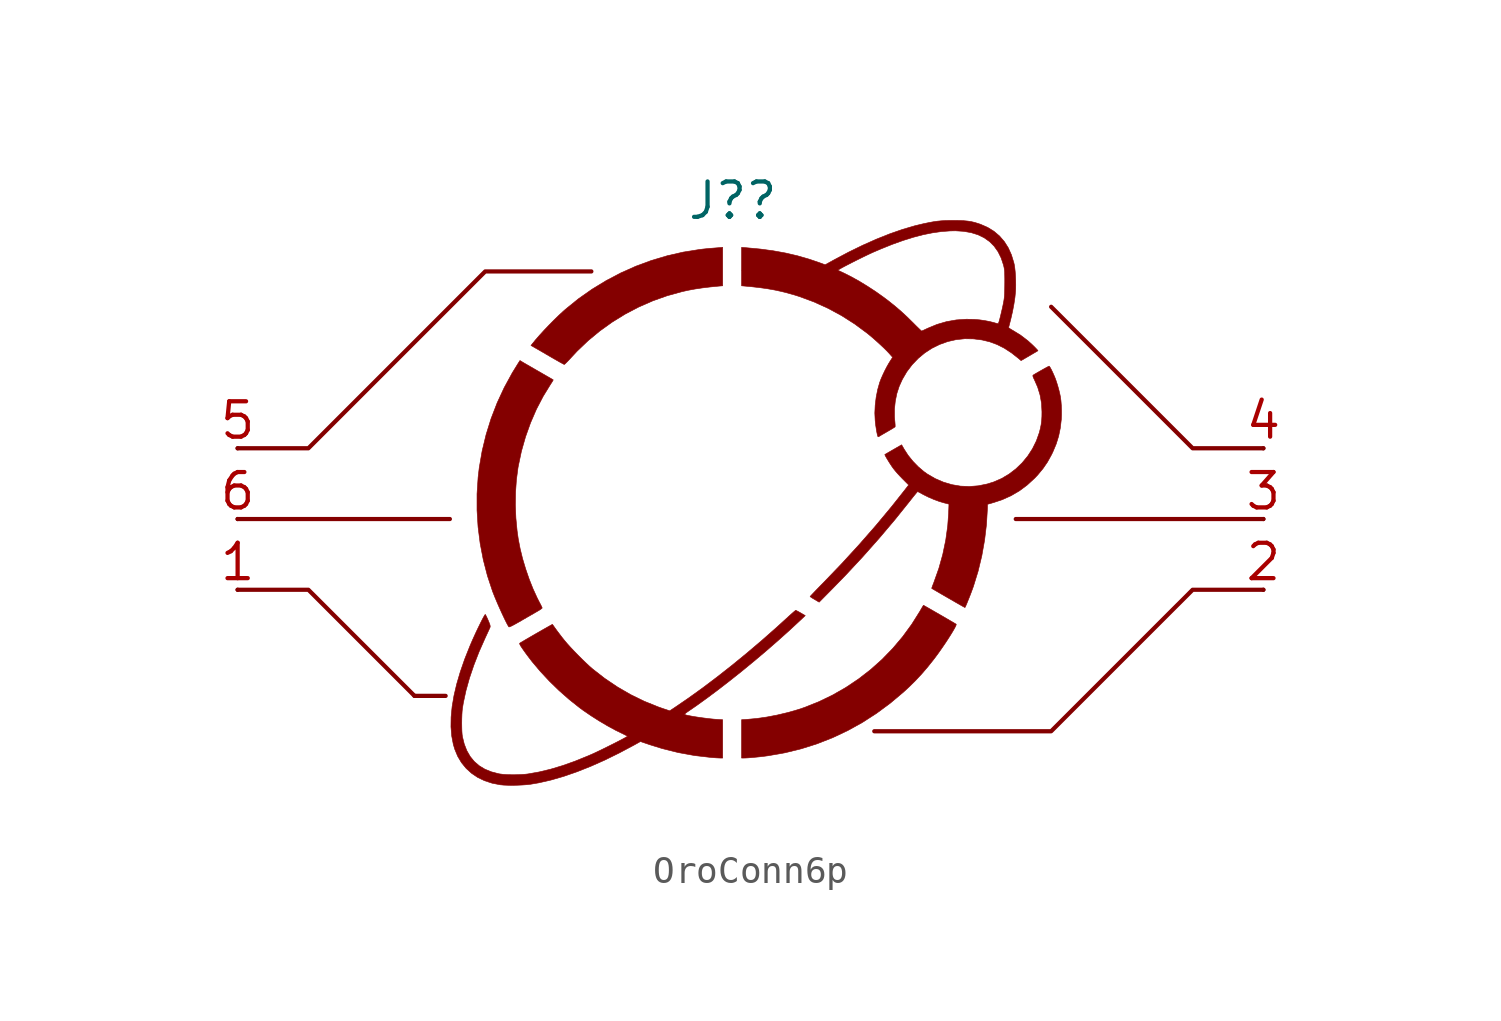
<source format=kicad_sym>
(kicad_symbol_lib
  (version 20231120)
  (generator "kicad_symbol_editor")
  (generator_version "8.0")
  (symbol "OroConn6p"
    (pin_names
      (offset 0.002) hide)
    (property "Reference" "J?"
      (at 0 10.16 0)
      (effects (font (size 1.27 1.27))))
    (symbol "OroConn6p_0_0"
      (polyline (pts (xy -6.037 4.289) (xy -6 4.323) (xy -5.944 4.379) (xy -5.875 4.451) (xy -5.798 4.535) (xy -5.593 4.755) (xy -5.197 5.133) (xy -4.775 5.482) (xy -4.33 5.801) (xy -3.863 6.089) (xy -3.377 6.343) (xy -2.875 6.563) (xy -2.36 6.746) (xy -1.833 6.892) (xy -1.605 6.943) (xy -1.357 6.989) (xy -1.097 7.028) (xy -0.814 7.062) (xy -0.5 7.093) (xy -0.365 7.104) (xy -0.365 7.795) (xy -0.365 8.485) (xy -0.49 8.474) (xy -0.574 8.467) (xy -0.677 8.459) (xy -0.775 8.451) (xy -0.836 8.447) (xy -0.943 8.436) (xy -1.061 8.424) (xy -1.175 8.41) (xy -1.186 8.409) (xy -1.772 8.316) (xy -2.351 8.184) (xy -2.92 8.015) (xy -3.478 7.809) (xy -4.021 7.567) (xy -4.547 7.29) (xy -5.055 6.98) (xy -5.542 6.638) (xy -6.005 6.263) (xy -6.079 6.198) (xy -6.244 6.046) (xy -6.418 5.877) (xy -6.596 5.697) (xy -6.771 5.513) (xy -6.935 5.334) (xy -7.082 5.165) (xy -7.204 5.015) (xy -7.247 4.961) (xy -7.141 4.901) (xy -7.097 4.875) (xy -7.023 4.833) (xy -6.926 4.777) (xy -6.812 4.711) (xy -6.687 4.637) (xy -6.555 4.561) (xy -6.542 4.553) (xy -6.417 4.481) (xy -6.303 4.416) (xy -6.205 4.36) (xy -6.127 4.318) (xy -6.075 4.29) (xy -6.052 4.28) (xy -6.037 4.289)) (stroke (width 0.01) (type default)) (fill (type outline)))
      (polyline (pts (xy 0.451 -9.851) (xy 0.556 -9.845) (xy 0.686 -9.835) (xy 0.831 -9.821) (xy 0.982 -9.806) (xy 1.129 -9.788) (xy 1.265 -9.77) (xy 1.278 -9.768) (xy 1.875 -9.663) (xy 2.458 -9.52) (xy 3.029 -9.339) (xy 3.585 -9.121) (xy 4.126 -8.866) (xy 4.651 -8.575) (xy 5.16 -8.247) (xy 5.651 -7.884) (xy 6.125 -7.486) (xy 6.34 -7.288) (xy 6.567 -7.063) (xy 6.782 -6.832) (xy 6.995 -6.584) (xy 7.214 -6.309) (xy 7.279 -6.223) (xy 7.374 -6.094) (xy 7.471 -5.957) (xy 7.568 -5.817) (xy 7.662 -5.677) (xy 7.75 -5.542) (xy 7.83 -5.415) (xy 7.9 -5.3) (xy 7.956 -5.203) (xy 7.997 -5.125) (xy 8.019 -5.072) (xy 8.021 -5.048) (xy 8.021 -5.048) (xy 7.999 -5.034) (xy 7.948 -5.003) (xy 7.873 -4.959) (xy 7.778 -4.904) (xy 7.669 -4.84) (xy 7.551 -4.771) (xy 7.427 -4.7) (xy 7.304 -4.629) (xy 7.186 -4.561) (xy 7.079 -4.499) (xy 6.986 -4.446) (xy 6.913 -4.405) (xy 6.865 -4.378) (xy 6.846 -4.368) (xy 6.838 -4.378) (xy 6.814 -4.417) (xy 6.778 -4.478) (xy 6.734 -4.553) (xy 6.719 -4.58) (xy 6.424 -5.049) (xy 6.098 -5.495) (xy 5.742 -5.916) (xy 5.358 -6.311) (xy 4.948 -6.677) (xy 4.513 -7.014) (xy 4.056 -7.32) (xy 3.578 -7.593) (xy 3.08 -7.833) (xy 2.565 -8.038) (xy 2.334 -8.115) (xy 1.978 -8.217) (xy 1.609 -8.305) (xy 1.236 -8.377) (xy 0.873 -8.43) (xy 0.53 -8.462) (xy 0.315 -8.476) (xy 0.315 -9.164) (xy 0.315 -9.852) (xy 0.394 -9.852) (xy 0.451 -9.851)) (stroke (width 0.01) (type default)) (fill (type outline)))
      (polyline (pts (xy -7.995 -5.134) (xy -7.936 -5.107) (xy -7.85 -5.062) (xy -7.735 -4.998) (xy -7.589 -4.915) (xy -7.514 -4.871) (xy -7.385 -4.796) (xy -7.261 -4.725) (xy -7.151 -4.662) (xy -7.062 -4.61) (xy -7 -4.574) (xy -6.967 -4.555) (xy -6.904 -4.515) (xy -6.861 -4.483) (xy -6.845 -4.465) (xy -6.85 -4.45) (xy -6.87 -4.405) (xy -6.902 -4.34) (xy -6.944 -4.262) (xy -7.027 -4.098) (xy -7.175 -3.774) (xy -7.313 -3.426) (xy -7.438 -3.063) (xy -7.548 -2.695) (xy -7.637 -2.332) (xy -7.704 -1.984) (xy -7.745 -1.695) (xy -7.789 -1.235) (xy -7.808 -0.77) (xy -7.801 -0.308) (xy -7.77 0.14) (xy -7.714 0.566) (xy -7.701 0.638) (xy -7.59 1.164) (xy -7.443 1.681) (xy -7.263 2.184) (xy -7.052 2.671) (xy -6.81 3.135) (xy -6.54 3.575) (xy -6.519 3.606) (xy -6.481 3.666) (xy -6.456 3.709) (xy -6.448 3.727) (xy -6.452 3.729) (xy -6.483 3.748) (xy -6.543 3.783) (xy -6.628 3.832) (xy -6.733 3.892) (xy -6.853 3.962) (xy -6.985 4.038) (xy -7.031 4.064) (xy -7.164 4.141) (xy -7.287 4.212) (xy -7.395 4.274) (xy -7.483 4.325) (xy -7.546 4.362) (xy -7.579 4.382) (xy -7.643 4.421) (xy -7.717 4.305) (xy -7.919 3.978) (xy -8.209 3.446) (xy -8.463 2.898) (xy -8.68 2.335) (xy -8.859 1.76) (xy -9.001 1.173) (xy -9.104 0.576) (xy -9.145 0.229) (xy -9.184 -0.364) (xy -9.184 -0.959) (xy -9.147 -1.555) (xy -9.072 -2.147) (xy -8.96 -2.732) (xy -8.811 -3.307) (xy -8.626 -3.868) (xy -8.596 -3.944) (xy -8.545 -4.072) (xy -8.486 -4.213) (xy -8.422 -4.362) (xy -8.355 -4.512) (xy -8.288 -4.659) (xy -8.224 -4.796) (xy -8.165 -4.918) (xy -8.113 -5.021) (xy -8.071 -5.097) (xy -8.042 -5.142) (xy -8.03 -5.144) (xy -7.995 -5.134)) (stroke (width 0.01) (type default)) (fill (type outline)))
      (polyline (pts (xy 8.335 -4.448) (xy 8.346 -4.429) (xy 8.369 -4.379) (xy 8.401 -4.305) (xy 8.438 -4.213) (xy 8.48 -4.11) (xy 8.523 -4.001) (xy 8.564 -3.893) (xy 8.601 -3.793) (xy 8.632 -3.708) (xy 8.643 -3.676) (xy 8.807 -3.144) (xy 8.94 -2.592) (xy 9.04 -2.029) (xy 9.108 -1.462) (xy 9.141 -0.898) (xy 9.145 -0.741) (xy 9.375 -0.675) (xy 9.67 -0.577) (xy 9.989 -0.434) (xy 10.287 -0.26) (xy 10.568 -0.051) (xy 10.835 0.194) (xy 10.946 0.311) (xy 11.135 0.539) (xy 11.299 0.778) (xy 11.445 1.043) (xy 11.493 1.143) (xy 11.612 1.427) (xy 11.699 1.707) (xy 11.759 1.998) (xy 11.795 2.31) (xy 11.802 2.455) (xy 11.802 2.628) (xy 11.795 2.807) (xy 11.782 2.975) (xy 11.763 3.118) (xy 11.74 3.229) (xy 11.707 3.366) (xy 11.667 3.51) (xy 11.625 3.646) (xy 11.586 3.759) (xy 11.573 3.792) (xy 11.53 3.894) (xy 11.486 3.993) (xy 11.443 4.082) (xy 11.405 4.153) (xy 11.375 4.201) (xy 11.357 4.219) (xy 11.354 4.218) (xy 11.324 4.204) (xy 11.268 4.175) (xy 11.195 4.135) (xy 11.111 4.088) (xy 11.023 4.038) (xy 10.939 3.99) (xy 10.865 3.947) (xy 10.81 3.914) (xy 10.781 3.894) (xy 10.774 3.884) (xy 10.776 3.854) (xy 10.795 3.802) (xy 10.833 3.721) (xy 10.945 3.466) (xy 11.032 3.182) (xy 11.084 2.888) (xy 11.1 2.578) (xy 11.098 2.418) (xy 11.089 2.263) (xy 11.071 2.123) (xy 11.043 1.983) (xy 11.004 1.83) (xy 11.003 1.827) (xy 10.898 1.532) (xy 10.759 1.252) (xy 10.589 0.99) (xy 10.39 0.749) (xy 10.165 0.532) (xy 9.918 0.343) (xy 9.652 0.185) (xy 9.37 0.062) (xy 9.133 -0.012) (xy 8.814 -0.077) (xy 8.495 -0.102) (xy 8.178 -0.089) (xy 7.866 -0.036) (xy 7.56 0.055) (xy 7.263 0.183) (xy 6.977 0.35) (xy 6.864 0.431) (xy 6.659 0.605) (xy 6.465 0.805) (xy 6.292 1.02) (xy 6.149 1.241) (xy 6.061 1.395) (xy 5.763 1.223) (xy 5.683 1.177) (xy 5.595 1.126) (xy 5.525 1.085) (xy 5.477 1.057) (xy 5.458 1.045) (xy 5.459 1.038) (xy 5.475 1.002) (xy 5.507 0.944) (xy 5.551 0.869) (xy 5.602 0.786) (xy 5.657 0.7) (xy 5.711 0.619) (xy 5.761 0.548) (xy 5.772 0.534) (xy 5.836 0.454) (xy 5.918 0.359) (xy 6.009 0.261) (xy 6.098 0.169) (xy 6.315 -0.048) (xy 6.101 -0.321) (xy 5.704 -0.821) (xy 5.133 -1.507) (xy 4.534 -2.191) (xy 3.905 -2.877) (xy 3.24 -3.569) (xy 3.163 -3.647) (xy 3.058 -3.755) (xy 2.965 -3.851) (xy 2.887 -3.933) (xy 2.827 -3.996) (xy 2.789 -4.037) (xy 2.775 -4.053) (xy 2.78 -4.059) (xy 2.812 -4.082) (xy 2.867 -4.117) (xy 2.938 -4.159) (xy 3.1 -4.255) (xy 3.583 -3.766) (xy 4.052 -3.284) (xy 4.661 -2.63) (xy 5.25 -1.966) (xy 5.813 -1.301) (xy 6.344 -0.64) (xy 6.385 -0.587) (xy 6.462 -0.49) (xy 6.529 -0.407) (xy 6.583 -0.342) (xy 6.619 -0.3) (xy 6.635 -0.285) (xy 6.646 -0.289) (xy 6.686 -0.308) (xy 6.748 -0.341) (xy 6.823 -0.383) (xy 6.85 -0.397) (xy 7.024 -0.484) (xy 7.217 -0.567) (xy 7.41 -0.638) (xy 7.588 -0.691) (xy 7.761 -0.735) (xy 7.749 -1.055) (xy 7.716 -1.517) (xy 7.645 -2.028) (xy 7.539 -2.538) (xy 7.399 -3.039) (xy 7.226 -3.526) (xy 7.224 -3.533) (xy 7.19 -3.62) (xy 7.163 -3.692) (xy 7.146 -3.741) (xy 7.142 -3.761) (xy 7.153 -3.768) (xy 7.195 -3.792) (xy 7.264 -3.833) (xy 7.357 -3.887) (xy 7.469 -3.953) (xy 7.597 -4.027) (xy 7.736 -4.107) (xy 7.844 -4.169) (xy 7.975 -4.245) (xy 8.092 -4.312) (xy 8.19 -4.368) (xy 8.266 -4.411) (xy 8.316 -4.438) (xy 8.335 -4.448) (xy 8.335 -4.448)) (stroke (width 0.01) (type default)) (fill (type outline)))
      (polyline (pts (xy -7.73 -10.828) (xy -7.557 -10.82) (xy -7.398 -10.809) (xy -7.261 -10.793) (xy -6.97 -10.743) (xy -6.532 -10.643) (xy -6.075 -10.511) (xy -5.6 -10.347) (xy -5.108 -10.152) (xy -4.601 -9.927) (xy -4.08 -9.671) (xy -3.546 -9.387) (xy -3.317 -9.259) (xy -2.976 -9.375) (xy -2.541 -9.51) (xy -1.962 -9.655) (xy -1.375 -9.762) (xy -0.775 -9.832) (xy -0.685 -9.839) (xy -0.586 -9.846) (xy -0.504 -9.85) (xy -0.45 -9.852) (xy -0.365 -9.852) (xy -0.365 -9.165) (xy -0.365 -8.477) (xy -0.577 -8.463) (xy -0.665 -8.457) (xy -0.797 -8.444) (xy -0.941 -8.427) (xy -1.089 -8.408) (xy -1.236 -8.387) (xy -1.374 -8.366) (xy -1.499 -8.344) (xy -1.603 -8.324) (xy -1.679 -8.306) (xy -1.723 -8.291) (xy -1.726 -8.289) (xy -1.723 -8.27) (xy -1.69 -8.238) (xy -1.623 -8.19) (xy -1.326 -7.986) (xy -0.931 -7.702) (xy -0.519 -7.394) (xy -0.095 -7.066) (xy 0.336 -6.723) (xy 0.769 -6.367) (xy 1.199 -6.004) (xy 1.621 -5.636) (xy 2.031 -5.269) (xy 2.423 -4.905) (xy 2.601 -4.737) (xy 2.439 -4.643) (xy 2.399 -4.62) (xy 2.332 -4.583) (xy 2.283 -4.558) (xy 2.259 -4.548) (xy 2.256 -4.549) (xy 2.229 -4.57) (xy 2.178 -4.613) (xy 2.109 -4.674) (xy 2.026 -4.748) (xy 1.933 -4.833) (xy 1.566 -5.167) (xy 1.039 -5.632) (xy 0.505 -6.085) (xy -0.029 -6.522) (xy -0.561 -6.94) (xy -1.084 -7.335) (xy -1.596 -7.703) (xy -2.09 -8.041) (xy -2.265 -8.157) (xy -2.516 -8.073) (xy -2.683 -8.014) (xy -3.183 -7.812) (xy -3.67 -7.574) (xy -4.144 -7.299) (xy -4.6 -6.992) (xy -5.035 -6.653) (xy -5.037 -6.651) (xy -5.146 -6.556) (xy -5.273 -6.437) (xy -5.412 -6.303) (xy -5.556 -6.159) (xy -5.697 -6.014) (xy -5.829 -5.874) (xy -5.945 -5.746) (xy -6.037 -5.637) (xy -6.117 -5.538) (xy -6.215 -5.41) (xy -6.314 -5.279) (xy -6.403 -5.156) (xy -6.476 -5.053) (xy -6.476 -5.053) (xy -6.496 -5.062) (xy -6.545 -5.089) (xy -6.619 -5.13) (xy -6.712 -5.183) (xy -6.82 -5.244) (xy -6.938 -5.312) (xy -7.061 -5.382) (xy -7.184 -5.453) (xy -7.302 -5.522) (xy -7.411 -5.585) (xy -7.505 -5.641) (xy -7.58 -5.685) (xy -7.631 -5.716) (xy -7.653 -5.731) (xy -7.656 -5.74) (xy -7.646 -5.774) (xy -7.614 -5.832) (xy -7.56 -5.914) (xy -7.483 -6.024) (xy -7.382 -6.163) (xy -7.208 -6.39) (xy -6.907 -6.747) (xy -6.579 -7.098) (xy -6.231 -7.436) (xy -5.87 -7.753) (xy -5.505 -8.043) (xy -5.376 -8.138) (xy -5.096 -8.33) (xy -4.801 -8.518) (xy -4.502 -8.695) (xy -4.208 -8.855) (xy -3.93 -8.991) (xy -3.911 -9) (xy -3.847 -9.032) (xy -3.802 -9.057) (xy -3.785 -9.071) (xy -3.791 -9.077) (xy -3.826 -9.099) (xy -3.89 -9.134) (xy -3.977 -9.181) (xy -4.084 -9.237) (xy -4.205 -9.299) (xy -4.336 -9.365) (xy -4.472 -9.433) (xy -4.607 -9.5) (xy -4.738 -9.564) (xy -4.859 -9.622) (xy -4.967 -9.673) (xy -5.055 -9.713) (xy -5.194 -9.773) (xy -5.663 -9.964) (xy -6.111 -10.123) (xy -6.54 -10.252) (xy -6.952 -10.351) (xy -7.351 -10.422) (xy -7.434 -10.432) (xy -7.589 -10.444) (xy -7.758 -10.451) (xy -7.931 -10.452) (xy -8.097 -10.448) (xy -8.245 -10.438) (xy -8.364 -10.423) (xy -8.409 -10.415) (xy -8.67 -10.347) (xy -8.903 -10.252) (xy -9.106 -10.129) (xy -9.282 -9.977) (xy -9.43 -9.797) (xy -9.55 -9.588) (xy -9.643 -9.35) (xy -9.709 -9.082) (xy -9.72 -8.998) (xy -9.728 -8.882) (xy -9.732 -8.743) (xy -9.734 -8.593) (xy -9.732 -8.441) (xy -9.727 -8.295) (xy -9.719 -8.165) (xy -9.707 -8.061) (xy -9.675 -7.865) (xy -9.582 -7.435) (xy -9.457 -6.985) (xy -9.299 -6.518) (xy -9.111 -6.035) (xy -8.891 -5.539) (xy -8.851 -5.453) (xy -8.804 -5.351) (xy -8.764 -5.265) (xy -8.735 -5.2) (xy -8.719 -5.165) (xy -8.712 -5.143) (xy -8.712 -5.11) (xy -8.722 -5.066) (xy -8.745 -5.002) (xy -8.783 -4.91) (xy -8.813 -4.841) (xy -8.847 -4.769) (xy -8.873 -4.718) (xy -8.888 -4.696) (xy -8.891 -4.697) (xy -8.909 -4.721) (xy -8.941 -4.776) (xy -8.985 -4.856) (xy -9.037 -4.958) (xy -9.095 -5.076) (xy -9.158 -5.205) (xy -9.223 -5.342) (xy -9.287 -5.482) (xy -9.349 -5.619) (xy -9.405 -5.749) (xy -9.435 -5.819) (xy -9.626 -6.297) (xy -9.785 -6.756) (xy -9.914 -7.194) (xy -10.012 -7.612) (xy -10.079 -8.008) (xy -10.115 -8.382) (xy -10.12 -8.733) (xy -10.093 -9.061) (xy -10.035 -9.365) (xy -9.984 -9.535) (xy -9.878 -9.79) (xy -9.741 -10.02) (xy -9.574 -10.224) (xy -9.38 -10.4) (xy -9.159 -10.549) (xy -8.912 -10.667) (xy -8.64 -10.756) (xy -8.345 -10.813) (xy -8.342 -10.813) (xy -8.222 -10.824) (xy -8.072 -10.83) (xy -7.905 -10.832) (xy -7.73 -10.828)) (stroke (width 0.01) (type default)) (fill (type outline)))
      (polyline (pts (xy 5.26 1.701) (xy 5.269 1.706) (xy 5.313 1.733) (xy 5.381 1.773) (xy 5.466 1.822) (xy 5.561 1.877) (xy 5.601 1.9) (xy 5.688 1.951) (xy 5.758 1.994) (xy 5.807 2.025) (xy 5.827 2.04) (xy 5.827 2.04) (xy 5.829 2.067) (xy 5.827 2.124) (xy 5.821 2.204) (xy 5.812 2.299) (xy 5.804 2.404) (xy 5.804 2.681) (xy 5.834 2.963) (xy 5.89 3.238) (xy 5.973 3.493) (xy 6.085 3.741) (xy 6.247 4.018) (xy 6.438 4.27) (xy 6.654 4.496) (xy 6.892 4.694) (xy 7.15 4.862) (xy 7.426 4.998) (xy 7.716 5.102) (xy 8.019 5.171) (xy 8.331 5.204) (xy 8.65 5.198) (xy 8.651 5.198) (xy 8.946 5.16) (xy 9.224 5.093) (xy 9.489 4.995) (xy 9.748 4.864) (xy 10.004 4.697) (xy 10.262 4.494) (xy 10.35 4.418) (xy 10.648 4.591) (xy 10.726 4.637) (xy 10.815 4.689) (xy 10.887 4.731) (xy 10.935 4.76) (xy 10.955 4.773) (xy 10.954 4.778) (xy 10.932 4.805) (xy 10.888 4.852) (xy 10.827 4.915) (xy 10.753 4.987) (xy 10.597 5.129) (xy 10.324 5.337) (xy 10.04 5.511) (xy 10.02 5.521) (xy 9.957 5.56) (xy 9.915 5.592) (xy 9.903 5.612) (xy 9.905 5.618) (xy 9.916 5.657) (xy 9.934 5.724) (xy 9.956 5.812) (xy 9.982 5.913) (xy 9.984 5.921) (xy 10.044 6.183) (xy 10.093 6.443) (xy 10.13 6.69) (xy 10.152 6.912) (xy 10.156 6.99) (xy 10.158 7.139) (xy 10.156 7.301) (xy 10.149 7.464) (xy 10.138 7.619) (xy 10.123 7.755) (xy 10.106 7.862) (xy 10.089 7.937) (xy 10.003 8.217) (xy 9.889 8.47) (xy 9.746 8.695) (xy 9.575 8.892) (xy 9.376 9.061) (xy 9.149 9.201) (xy 8.895 9.312) (xy 8.813 9.34) (xy 8.686 9.379) (xy 8.563 9.408) (xy 8.435 9.428) (xy 8.293 9.441) (xy 8.13 9.448) (xy 7.935 9.451) (xy 7.815 9.45) (xy 7.643 9.447) (xy 7.489 9.438) (xy 7.343 9.424) (xy 7.193 9.402) (xy 7.027 9.371) (xy 6.835 9.331) (xy 6.532 9.258) (xy 6.093 9.129) (xy 5.633 8.969) (xy 5.157 8.779) (xy 4.664 8.56) (xy 4.158 8.313) (xy 3.64 8.038) (xy 3.316 7.859) (xy 3.095 7.94) (xy 2.74 8.061) (xy 2.324 8.181) (xy 1.895 8.281) (xy 1.447 8.362) (xy 0.974 8.425) (xy 0.47 8.472) (xy 0.315 8.484) (xy 0.315 7.794) (xy 0.315 7.663) (xy 3.768 7.663) (xy 3.836 7.705) (xy 3.845 7.71) (xy 3.912 7.748) (xy 4.008 7.8) (xy 4.126 7.861) (xy 4.26 7.93) (xy 4.402 8.002) (xy 4.547 8.074) (xy 4.689 8.144) (xy 4.82 8.207) (xy 4.934 8.261) (xy 5.025 8.303) (xy 5.317 8.428) (xy 5.73 8.594) (xy 6.119 8.733) (xy 6.487 8.848) (xy 6.836 8.939) (xy 7.17 9.006) (xy 7.492 9.052) (xy 7.805 9.075) (xy 7.989 9.079) (xy 8.288 9.06) (xy 8.561 9.012) (xy 8.807 8.935) (xy 9.026 8.828) (xy 9.219 8.691) (xy 9.384 8.525) (xy 9.523 8.329) (xy 9.634 8.105) (xy 9.718 7.852) (xy 9.724 7.828) (xy 9.738 7.768) (xy 9.748 7.711) (xy 9.756 7.649) (xy 9.761 7.575) (xy 9.763 7.482) (xy 9.765 7.363) (xy 9.765 7.211) (xy 9.764 7.113) (xy 9.762 6.958) (xy 9.758 6.832) (xy 9.752 6.726) (xy 9.742 6.635) (xy 9.729 6.551) (xy 9.716 6.484) (xy 9.694 6.375) (xy 9.668 6.258) (xy 9.64 6.138) (xy 9.613 6.024) (xy 9.587 5.921) (xy 9.564 5.837) (xy 9.546 5.779) (xy 9.535 5.753) (xy 9.523 5.749) (xy 9.481 5.752) (xy 9.422 5.768) (xy 9.369 5.784) (xy 9.217 5.822) (xy 9.043 5.855) (xy 8.863 5.881) (xy 8.688 5.896) (xy 8.389 5.904) (xy 8.025 5.879) (xy 7.673 5.817) (xy 7.331 5.717) (xy 6.997 5.579) (xy 6.921 5.543) (xy 6.85 5.51) (xy 6.799 5.488) (xy 6.777 5.48) (xy 6.776 5.48) (xy 6.755 5.498) (xy 6.711 5.54) (xy 6.648 5.601) (xy 6.571 5.676) (xy 6.485 5.763) (xy 6.478 5.77) (xy 6.25 5.994) (xy 6.032 6.195) (xy 5.811 6.384) (xy 5.575 6.572) (xy 5.418 6.69) (xy 5.13 6.895) (xy 4.83 7.091) (xy 4.53 7.274) (xy 4.237 7.436) (xy 3.961 7.574) (xy 3.768 7.663) (xy 0.315 7.663) (xy 0.315 7.104) (xy 0.45 7.092) (xy 0.666 7.072) (xy 0.964 7.038) (xy 1.236 7) (xy 1.49 6.955) (xy 1.734 6.903) (xy 1.976 6.842) (xy 2.225 6.771) (xy 2.405 6.714) (xy 2.921 6.522) (xy 3.425 6.293) (xy 3.912 6.029) (xy 4.379 5.731) (xy 4.825 5.401) (xy 4.913 5.329) (xy 5.041 5.221) (xy 5.174 5.103) (xy 5.305 4.983) (xy 5.427 4.868) (xy 5.532 4.764) (xy 5.613 4.678) (xy 5.738 4.538) (xy 5.634 4.375) (xy 5.601 4.322) (xy 5.528 4.193) (xy 5.453 4.048) (xy 5.382 3.898) (xy 5.321 3.758) (xy 5.275 3.638) (xy 5.202 3.382) (xy 5.147 3.103) (xy 5.112 2.816) (xy 5.099 2.535) (xy 5.111 2.273) (xy 5.116 2.219) (xy 5.131 2.092) (xy 5.15 1.967) (xy 5.169 1.854) (xy 5.188 1.761) (xy 5.206 1.7) (xy 5.209 1.691) (xy 5.226 1.683) (xy 5.26 1.701)) (stroke (width 0.01) (type default)) (fill (type outline)))
      (pin unspecified line (at -17.78 -3.81 0) (length 0) (name "1" (effects (font (size 0 0)))) (number "1" (effects (font (size 1.27 1.27)))))
      (pin unspecified line (at 19.05 -3.81 0) (length 0) (name "2" (effects (font (size 0 0)))) (number "2" (effects (font (size 1.27 1.27)))))
      (pin unspecified line (at 19.05 -1.27 0) (length 0) (name "3" (effects (font (size 0 0)))) (number "3" (effects (font (size 1.27 1.27)))))
      (pin unspecified line (at 19.05 1.27 0) (length 0) (name "4" (effects (font (size 0 0)))) (number "4" (effects (font (size 1.27 1.27)))))
      (pin unspecified line (at -17.78 1.27 0) (length 0) (name "5" (effects (font (size 0 0)))) (number "5" (effects (font (size 1.27 1.27)))))
      (pin unspecified line (at -17.78 -1.27 0) (length 0) (name "6" (effects (font (size 0 0)))) (number "6" (effects (font (size 1.27 1.27))))))
    (symbol "OroConn6p_0_1"
      (polyline (pts (xy -17.78 -1.27) (xy -10.16 -1.27)) (stroke (width 0) (type default)) (fill (type none)))
      (polyline (pts (xy -11.43 -7.62) (xy -10.312 -7.62)) (stroke (width 0) (type default)) (fill (type none)))
      (polyline (pts (xy 19.05 -1.27) (xy 10.16 -1.27)) (stroke (width 0) (type default)) (fill (type none)))
      (polyline (pts (xy -17.78 -3.81) (xy -15.24 -3.81) (xy -11.43 -7.62)) (stroke (width 0) (type default)) (fill (type none)))
      (polyline (pts (xy 19.05 1.27) (xy 16.51 1.27) (xy 11.43 6.35)) (stroke (width 0) (type default)) (fill (type none)))
      (polyline (pts (xy -5.08 7.62) (xy -8.89 7.62) (xy -15.24 1.27) (xy -17.78 1.27)) (stroke (width 0) (type default)) (fill (type none)))
      (polyline (pts (xy 19.05 -3.81) (xy 16.51 -3.81) (xy 11.43 -8.89) (xy 5.08 -8.89)) (stroke (width 0) (type default)) (fill (type none))))))
</source>
